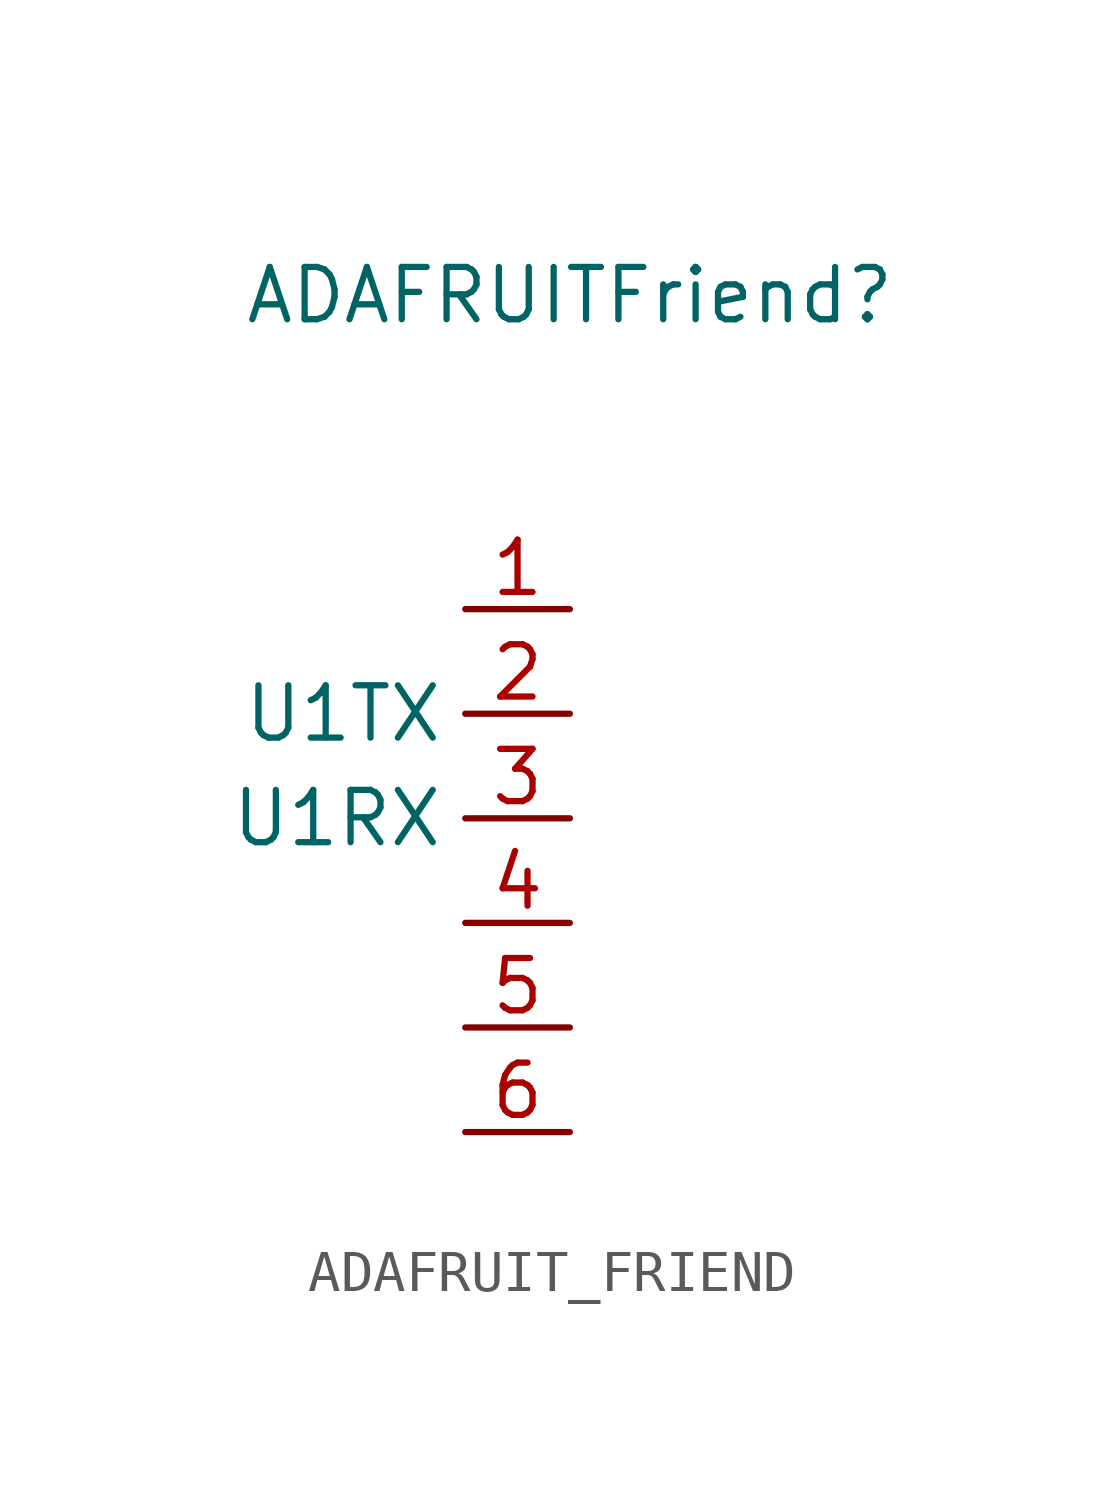
<source format=kicad_sym>
(kicad_symbol_lib
  (version 20220914)
  (generator kicad_symbol_editor)
  (symbol "ADAFRUIT_FRIEND"
    (property "Reference" "ADAFRUITFriend"
      (at 0 5.08 0)
      (effects (font (size 1.27 1.27))))
    (property "Value" ""
      (at 0 0 0)
      (effects (font (size 1.27 1.27))))
    (symbol "ADAFRUIT_FRIEND_1_1"
      (pin input line (at 0 -2.54 180) (length 2.54) (name "" (effects (font (size 1.27 1.27)))) (number "1" (effects (font (size 1.27 1.27)))))
      (pin input line (at 0 -5.08 180) (length 2.54) (name "U1TX" (effects (font (size 1.27 1.27)))) (number "2" (effects (font (size 1.27 1.27)))))
      (pin input line (at 0 -7.62 180) (length 2.54) (name "U1RX" (effects (font (size 1.27 1.27)))) (number "3" (effects (font (size 1.27 1.27)))))
      (pin input line (at 0 -10.16 180) (length 2.54) (name "" (effects (font (size 1.27 1.27)))) (number "4" (effects (font (size 1.27 1.27)))))
      (pin input line (at 0 -12.7 180) (length 2.54) (name "" (effects (font (size 1.27 1.27)))) (number "5" (effects (font (size 1.27 1.27)))))
      (pin input line (at 0 -15.24 180) (length 2.54) (name "" (effects (font (size 1.27 1.27)))) (number "6" (effects (font (size 1.27 1.27))))))))
</source>
